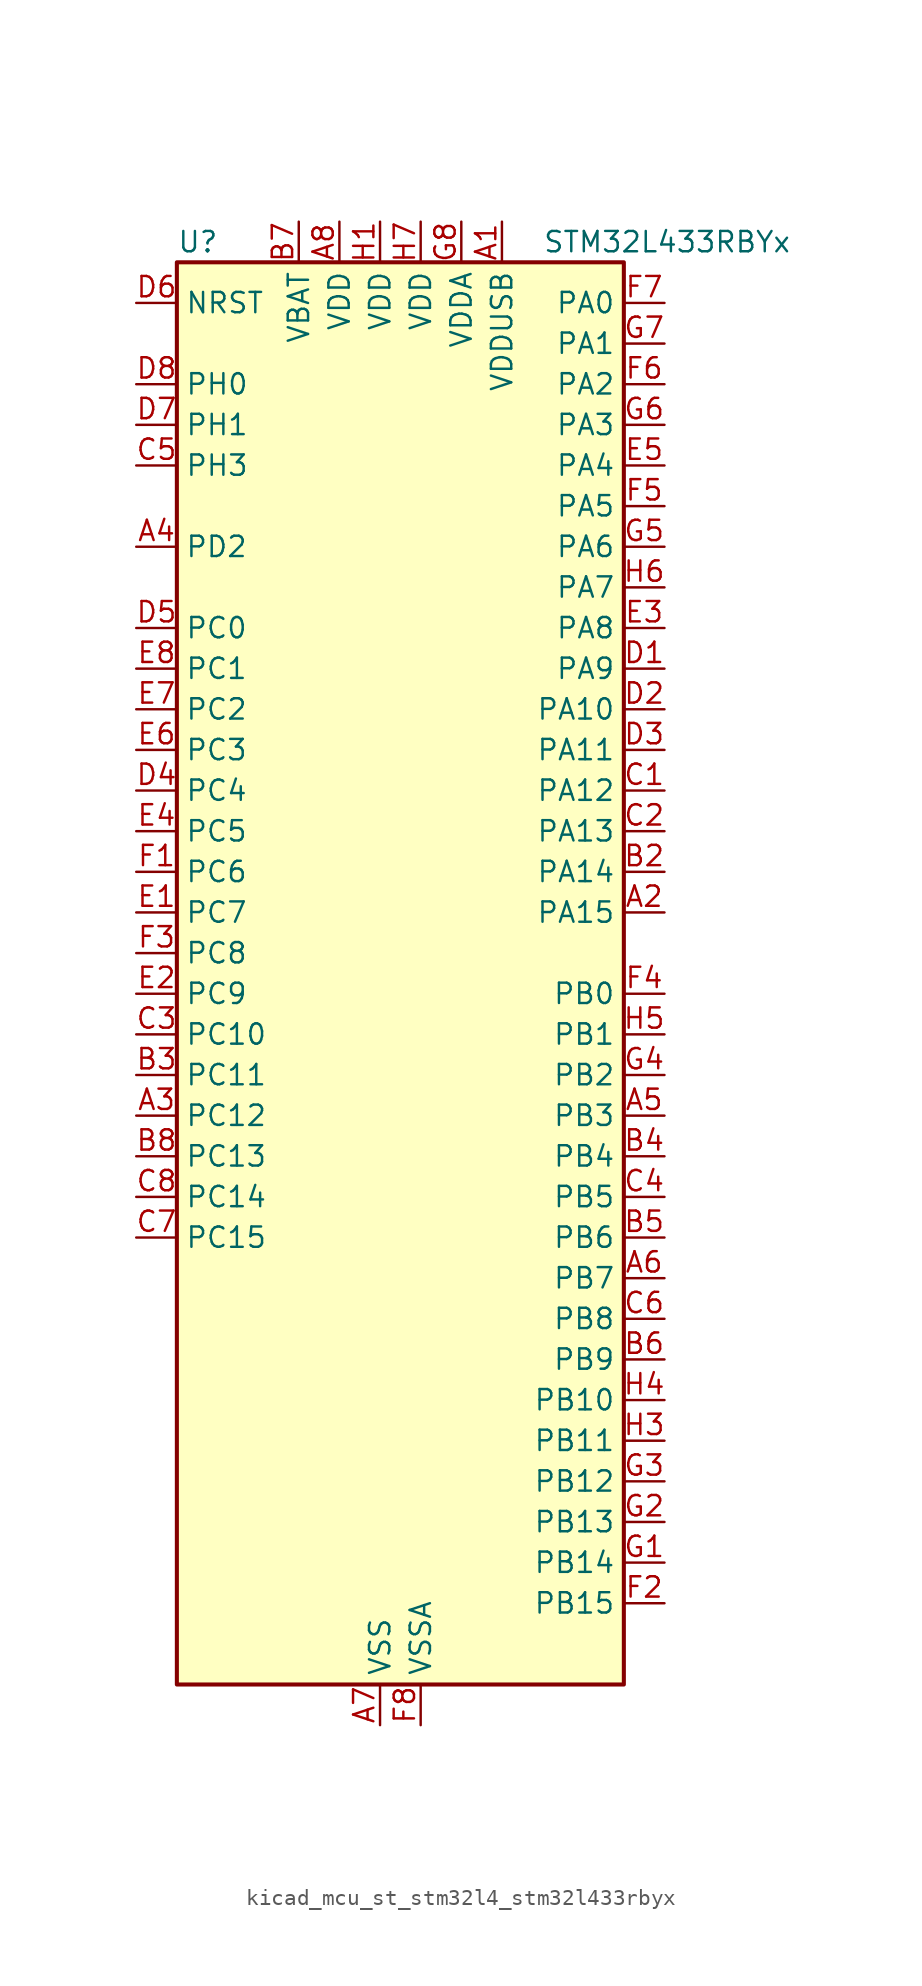
<source format=kicad_sym>
(kicad_symbol_lib
  (version 20220914)
  (generator kicad_symbol_editor)
  (symbol "kicad_mcu_st_stm32l4_stm32l433rbyx"
    (property "Reference" "U"
      (at -12.7 46.99 0)
      (effects (font (size 1.27 1.27)) (justify left)))
    (property "Value" "STM32L433RBYx"
      (at 10.16 46.99 0)
      (effects (font (size 1.27 1.27)) (justify left)))
    (property "ki_locked" ""
      (at 0 0 0)
      (effects (font (size 1.27 1.27))))
    (symbol "kicad_mcu_st_stm32l4_stm32l433rbyx_0_1"
      (rectangle (start -12.7 -43.18) (end 15.24 45.72) (stroke (width 0.254) (type default)) (fill (type background))))
    (symbol "kicad_mcu_st_stm32l4_stm32l433rbyx_1_1"
      (pin power_in line (at 7.62 48.26 270) (length 2.54) (name "VDDUSB" (effects (font (size 1.27 1.27)))) (number "A1" (effects (font (size 1.27 1.27)))))
      (pin bidirectional line (at 17.78 5.08 180) (length 2.54) (name "PA15" (effects (font (size 1.27 1.27)))) (number "A2" (effects (font (size 1.27 1.27)))) (alternate "ADC1_EXTI15" bidirectional line) (alternate "LCD_SEG17" bidirectional line) (alternate "SPI1_NSS" bidirectional line) (alternate "SPI3_NSS" bidirectional line) (alternate "SWPMI1_SUSPEND" bidirectional line) (alternate "SYS_JTDI" bidirectional line) (alternate "TIM2_CH1" bidirectional line) (alternate "TIM2_ETR" bidirectional line) (alternate "TSC_G3_IO1" bidirectional line) (alternate "USART2_RX" bidirectional line) (alternate "USART3_DE" bidirectional line) (alternate "USART3_RTS" bidirectional line))
      (pin bidirectional line (at -15.24 -7.62 0) (length 2.54) (name "PC12" (effects (font (size 1.27 1.27)))) (number "A3" (effects (font (size 1.27 1.27)))) (alternate "LCD_COM6" bidirectional line) (alternate "LCD_SEG30" bidirectional line) (alternate "LCD_SEG42" bidirectional line) (alternate "SDMMC1_CK" bidirectional line) (alternate "SPI3_MOSI" bidirectional line) (alternate "TSC_G3_IO4" bidirectional line) (alternate "USART3_CK" bidirectional line))
      (pin bidirectional line (at -15.24 27.94 0) (length 2.54) (name "PD2" (effects (font (size 1.27 1.27)))) (number "A4" (effects (font (size 1.27 1.27)))) (alternate "LCD_COM7" bidirectional line) (alternate "LCD_SEG31" bidirectional line) (alternate "LCD_SEG43" bidirectional line) (alternate "SDMMC1_CMD" bidirectional line) (alternate "TSC_SYNC" bidirectional line) (alternate "USART3_DE" bidirectional line) (alternate "USART3_RTS" bidirectional line))
      (pin bidirectional line (at 17.78 -7.62 180) (length 2.54) (name "PB3" (effects (font (size 1.27 1.27)))) (number "A5" (effects (font (size 1.27 1.27)))) (alternate "COMP2_INM" bidirectional line) (alternate "LCD_SEG7" bidirectional line) (alternate "SAI1_SCK_B" bidirectional line) (alternate "SPI1_SCK" bidirectional line) (alternate "SPI3_SCK" bidirectional line) (alternate "SYS_JTDO-SWO" bidirectional line) (alternate "TIM2_CH2" bidirectional line) (alternate "USART1_DE" bidirectional line) (alternate "USART1_RTS" bidirectional line))
      (pin bidirectional line (at 17.78 -17.78 180) (length 2.54) (name "PB7" (effects (font (size 1.27 1.27)))) (number "A6" (effects (font (size 1.27 1.27)))) (alternate "COMP2_INM" bidirectional line) (alternate "I2C1_SDA" bidirectional line) (alternate "LCD_SEG21" bidirectional line) (alternate "LPTIM1_IN2" bidirectional line) (alternate "SYS_PVD_IN" bidirectional line) (alternate "TSC_G2_IO4" bidirectional line) (alternate "USART1_RX" bidirectional line))
      (pin power_in line (at 0 -45.72 90) (length 2.54) (name "VSS" (effects (font (size 1.27 1.27)))) (number "A7" (effects (font (size 1.27 1.27)))))
      (pin power_in line (at -2.54 48.26 270) (length 2.54) (name "VDD" (effects (font (size 1.27 1.27)))) (number "A8" (effects (font (size 1.27 1.27)))))
      (pin passive line (at 0 -45.72 90) (length 2.54) hide (name "VSS" (effects (font (size 1.27 1.27)))) (number "B1" (effects (font (size 1.27 1.27)))))
      (pin bidirectional line (at 17.78 7.62 180) (length 2.54) (name "PA14" (effects (font (size 1.27 1.27)))) (number "B2" (effects (font (size 1.27 1.27)))) (alternate "I2C1_SMBA" bidirectional line) (alternate "LPTIM1_OUT" bidirectional line) (alternate "SAI1_FS_B" bidirectional line) (alternate "SWPMI1_RX" bidirectional line) (alternate "SYS_JTCK-SWCLK" bidirectional line))
      (pin bidirectional line (at -15.24 -5.08 0) (length 2.54) (name "PC11" (effects (font (size 1.27 1.27)))) (number "B3" (effects (font (size 1.27 1.27)))) (alternate "ADC1_EXTI11" bidirectional line) (alternate "LCD_COM5" bidirectional line) (alternate "LCD_SEG29" bidirectional line) (alternate "LCD_SEG41" bidirectional line) (alternate "SDMMC1_D3" bidirectional line) (alternate "SPI3_MISO" bidirectional line) (alternate "TSC_G3_IO3" bidirectional line) (alternate "USART3_RX" bidirectional line))
      (pin bidirectional line (at 17.78 -10.16 180) (length 2.54) (name "PB4" (effects (font (size 1.27 1.27)))) (number "B4" (effects (font (size 1.27 1.27)))) (alternate "COMP2_INP" bidirectional line) (alternate "I2C3_SDA" bidirectional line) (alternate "LCD_SEG8" bidirectional line) (alternate "SAI1_MCLK_B" bidirectional line) (alternate "SPI1_MISO" bidirectional line) (alternate "SPI3_MISO" bidirectional line) (alternate "SYS_JTRST" bidirectional line) (alternate "TSC_G2_IO1" bidirectional line) (alternate "USART1_CTS" bidirectional line))
      (pin bidirectional line (at 17.78 -15.24 180) (length 2.54) (name "PB6" (effects (font (size 1.27 1.27)))) (number "B5" (effects (font (size 1.27 1.27)))) (alternate "COMP2_INP" bidirectional line) (alternate "I2C1_SCL" bidirectional line) (alternate "LPTIM1_ETR" bidirectional line) (alternate "SAI1_FS_B" bidirectional line) (alternate "TIM16_CH1N" bidirectional line) (alternate "TSC_G2_IO3" bidirectional line) (alternate "USART1_TX" bidirectional line))
      (pin bidirectional line (at 17.78 -22.86 180) (length 2.54) (name "PB9" (effects (font (size 1.27 1.27)))) (number "B6" (effects (font (size 1.27 1.27)))) (alternate "CAN1_TX" bidirectional line) (alternate "DAC1_EXTI9" bidirectional line) (alternate "I2C1_SDA" bidirectional line) (alternate "IR_OUT" bidirectional line) (alternate "LCD_COM3" bidirectional line) (alternate "SAI1_FS_A" bidirectional line) (alternate "SDMMC1_D5" bidirectional line) (alternate "SPI2_NSS" bidirectional line))
      (pin power_in line (at -5.08 48.26 270) (length 2.54) (name "VBAT" (effects (font (size 1.27 1.27)))) (number "B7" (effects (font (size 1.27 1.27)))))
      (pin bidirectional line (at -15.24 -10.16 0) (length 2.54) (name "PC13" (effects (font (size 1.27 1.27)))) (number "B8" (effects (font (size 1.27 1.27)))) (alternate "RTC_OUT_ALARM" bidirectional line) (alternate "RTC_OUT_CALIB" bidirectional line) (alternate "RTC_TAMP1" bidirectional line) (alternate "RTC_TS" bidirectional line) (alternate "SYS_WKUP2" bidirectional line))
      (pin bidirectional line (at 17.78 12.7 180) (length 2.54) (name "PA12" (effects (font (size 1.27 1.27)))) (number "C1" (effects (font (size 1.27 1.27)))) (alternate "CAN1_TX" bidirectional line) (alternate "SPI1_MOSI" bidirectional line) (alternate "TIM1_ETR" bidirectional line) (alternate "USART1_DE" bidirectional line) (alternate "USART1_RTS" bidirectional line) (alternate "USB_DP" bidirectional line))
      (pin bidirectional line (at 17.78 10.16 180) (length 2.54) (name "PA13" (effects (font (size 1.27 1.27)))) (number "C2" (effects (font (size 1.27 1.27)))) (alternate "IR_OUT" bidirectional line) (alternate "SAI1_SD_B" bidirectional line) (alternate "SWPMI1_TX" bidirectional line) (alternate "SYS_JTMS-SWDIO" bidirectional line) (alternate "USB_NOE" bidirectional line))
      (pin bidirectional line (at -15.24 -2.54 0) (length 2.54) (name "PC10" (effects (font (size 1.27 1.27)))) (number "C3" (effects (font (size 1.27 1.27)))) (alternate "LCD_COM4" bidirectional line) (alternate "LCD_SEG28" bidirectional line) (alternate "LCD_SEG40" bidirectional line) (alternate "SDMMC1_D2" bidirectional line) (alternate "SPI3_SCK" bidirectional line) (alternate "TSC_G3_IO2" bidirectional line) (alternate "USART3_TX" bidirectional line))
      (pin bidirectional line (at 17.78 -12.7 180) (length 2.54) (name "PB5" (effects (font (size 1.27 1.27)))) (number "C4" (effects (font (size 1.27 1.27)))) (alternate "COMP2_OUT" bidirectional line) (alternate "I2C1_SMBA" bidirectional line) (alternate "LCD_SEG9" bidirectional line) (alternate "LPTIM1_IN1" bidirectional line) (alternate "SAI1_SD_B" bidirectional line) (alternate "SPI1_MOSI" bidirectional line) (alternate "SPI3_MOSI" bidirectional line) (alternate "TIM16_BKIN" bidirectional line) (alternate "TSC_G2_IO2" bidirectional line) (alternate "USART1_CK" bidirectional line))
      (pin bidirectional line (at -15.24 33.02 0) (length 2.54) (name "PH3" (effects (font (size 1.27 1.27)))) (number "C5" (effects (font (size 1.27 1.27)))))
      (pin bidirectional line (at 17.78 -20.32 180) (length 2.54) (name "PB8" (effects (font (size 1.27 1.27)))) (number "C6" (effects (font (size 1.27 1.27)))) (alternate "CAN1_RX" bidirectional line) (alternate "I2C1_SCL" bidirectional line) (alternate "LCD_SEG16" bidirectional line) (alternate "SAI1_MCLK_A" bidirectional line) (alternate "SDMMC1_D4" bidirectional line) (alternate "TIM16_CH1" bidirectional line))
      (pin bidirectional line (at -15.24 -15.24 0) (length 2.54) (name "PC15" (effects (font (size 1.27 1.27)))) (number "C7" (effects (font (size 1.27 1.27)))) (alternate "ADC1_EXTI15" bidirectional line) (alternate "RCC_OSC32_OUT" bidirectional line))
      (pin bidirectional line (at -15.24 -12.7 0) (length 2.54) (name "PC14" (effects (font (size 1.27 1.27)))) (number "C8" (effects (font (size 1.27 1.27)))) (alternate "RCC_OSC32_IN" bidirectional line))
      (pin bidirectional line (at 17.78 20.32 180) (length 2.54) (name "PA9" (effects (font (size 1.27 1.27)))) (number "D1" (effects (font (size 1.27 1.27)))) (alternate "DAC1_EXTI9" bidirectional line) (alternate "I2C1_SCL" bidirectional line) (alternate "LCD_COM1" bidirectional line) (alternate "SAI1_FS_A" bidirectional line) (alternate "TIM15_BKIN" bidirectional line) (alternate "TIM1_CH2" bidirectional line) (alternate "USART1_TX" bidirectional line))
      (pin bidirectional line (at 17.78 17.78 180) (length 2.54) (name "PA10" (effects (font (size 1.27 1.27)))) (number "D2" (effects (font (size 1.27 1.27)))) (alternate "CRS_SYNC" bidirectional line) (alternate "I2C1_SDA" bidirectional line) (alternate "LCD_COM2" bidirectional line) (alternate "SAI1_SD_A" bidirectional line) (alternate "TIM1_CH3" bidirectional line) (alternate "USART1_RX" bidirectional line))
      (pin bidirectional line (at 17.78 15.24 180) (length 2.54) (name "PA11" (effects (font (size 1.27 1.27)))) (number "D3" (effects (font (size 1.27 1.27)))) (alternate "ADC1_EXTI11" bidirectional line) (alternate "CAN1_RX" bidirectional line) (alternate "COMP1_OUT" bidirectional line) (alternate "SPI1_MISO" bidirectional line) (alternate "TIM1_BKIN2" bidirectional line) (alternate "TIM1_BKIN2_COMP1" bidirectional line) (alternate "TIM1_CH4" bidirectional line) (alternate "USART1_CTS" bidirectional line) (alternate "USB_DM" bidirectional line))
      (pin bidirectional line (at -15.24 12.7 0) (length 2.54) (name "PC4" (effects (font (size 1.27 1.27)))) (number "D4" (effects (font (size 1.27 1.27)))) (alternate "ADC1_IN13" bidirectional line) (alternate "COMP1_INM" bidirectional line) (alternate "LCD_SEG22" bidirectional line) (alternate "USART3_TX" bidirectional line))
      (pin bidirectional line (at -15.24 22.86 0) (length 2.54) (name "PC0" (effects (font (size 1.27 1.27)))) (number "D5" (effects (font (size 1.27 1.27)))) (alternate "ADC1_IN1" bidirectional line) (alternate "I2C3_SCL" bidirectional line) (alternate "LCD_SEG18" bidirectional line) (alternate "LPTIM1_IN1" bidirectional line) (alternate "LPTIM2_IN1" bidirectional line) (alternate "LPUART1_RX" bidirectional line))
      (pin input line (at -15.24 43.18 0) (length 2.54) (name "NRST" (effects (font (size 1.27 1.27)))) (number "D6" (effects (font (size 1.27 1.27)))))
      (pin bidirectional line (at -15.24 35.56 0) (length 2.54) (name "PH1" (effects (font (size 1.27 1.27)))) (number "D7" (effects (font (size 1.27 1.27)))) (alternate "RCC_OSC_OUT" bidirectional line))
      (pin bidirectional line (at -15.24 38.1 0) (length 2.54) (name "PH0" (effects (font (size 1.27 1.27)))) (number "D8" (effects (font (size 1.27 1.27)))) (alternate "RCC_OSC_IN" bidirectional line))
      (pin bidirectional line (at -15.24 5.08 0) (length 2.54) (name "PC7" (effects (font (size 1.27 1.27)))) (number "E1" (effects (font (size 1.27 1.27)))) (alternate "LCD_SEG25" bidirectional line) (alternate "SDMMC1_D7" bidirectional line) (alternate "TSC_G4_IO2" bidirectional line))
      (pin bidirectional line (at -15.24 0 0) (length 2.54) (name "PC9" (effects (font (size 1.27 1.27)))) (number "E2" (effects (font (size 1.27 1.27)))) (alternate "DAC1_EXTI9" bidirectional line) (alternate "LCD_SEG27" bidirectional line) (alternate "SDMMC1_D1" bidirectional line) (alternate "TSC_G4_IO4" bidirectional line) (alternate "USB_NOE" bidirectional line))
      (pin bidirectional line (at 17.78 22.86 180) (length 2.54) (name "PA8" (effects (font (size 1.27 1.27)))) (number "E3" (effects (font (size 1.27 1.27)))) (alternate "LCD_COM0" bidirectional line) (alternate "LPTIM2_OUT" bidirectional line) (alternate "RCC_MCO" bidirectional line) (alternate "SAI1_SCK_A" bidirectional line) (alternate "SWPMI1_IO" bidirectional line) (alternate "TIM1_CH1" bidirectional line) (alternate "USART1_CK" bidirectional line))
      (pin bidirectional line (at -15.24 10.16 0) (length 2.54) (name "PC5" (effects (font (size 1.27 1.27)))) (number "E4" (effects (font (size 1.27 1.27)))) (alternate "ADC1_IN14" bidirectional line) (alternate "COMP1_INP" bidirectional line) (alternate "LCD_SEG23" bidirectional line) (alternate "SYS_WKUP5" bidirectional line) (alternate "USART3_RX" bidirectional line))
      (pin bidirectional line (at 17.78 33.02 180) (length 2.54) (name "PA4" (effects (font (size 1.27 1.27)))) (number "E5" (effects (font (size 1.27 1.27)))) (alternate "ADC1_IN9" bidirectional line) (alternate "COMP1_INM" bidirectional line) (alternate "COMP2_INM" bidirectional line) (alternate "DAC1_OUT1" bidirectional line) (alternate "LPTIM2_OUT" bidirectional line) (alternate "SAI1_FS_B" bidirectional line) (alternate "SPI1_NSS" bidirectional line) (alternate "SPI3_NSS" bidirectional line) (alternate "USART2_CK" bidirectional line))
      (pin bidirectional line (at -15.24 15.24 0) (length 2.54) (name "PC3" (effects (font (size 1.27 1.27)))) (number "E6" (effects (font (size 1.27 1.27)))) (alternate "ADC1_IN4" bidirectional line) (alternate "LCD_VLCD" bidirectional line) (alternate "LPTIM1_ETR" bidirectional line) (alternate "LPTIM2_ETR" bidirectional line) (alternate "SAI1_SD_A" bidirectional line) (alternate "SPI2_MOSI" bidirectional line))
      (pin bidirectional line (at -15.24 17.78 0) (length 2.54) (name "PC2" (effects (font (size 1.27 1.27)))) (number "E7" (effects (font (size 1.27 1.27)))) (alternate "ADC1_IN3" bidirectional line) (alternate "LCD_SEG20" bidirectional line) (alternate "LPTIM1_IN2" bidirectional line) (alternate "SPI2_MISO" bidirectional line))
      (pin bidirectional line (at -15.24 20.32 0) (length 2.54) (name "PC1" (effects (font (size 1.27 1.27)))) (number "E8" (effects (font (size 1.27 1.27)))) (alternate "ADC1_IN2" bidirectional line) (alternate "I2C3_SDA" bidirectional line) (alternate "LCD_SEG19" bidirectional line) (alternate "LPTIM1_OUT" bidirectional line) (alternate "LPUART1_TX" bidirectional line))
      (pin bidirectional line (at -15.24 7.62 0) (length 2.54) (name "PC6" (effects (font (size 1.27 1.27)))) (number "F1" (effects (font (size 1.27 1.27)))) (alternate "LCD_SEG24" bidirectional line) (alternate "SDMMC1_D6" bidirectional line) (alternate "TSC_G4_IO1" bidirectional line))
      (pin bidirectional line (at 17.78 -38.1 180) (length 2.54) (name "PB15" (effects (font (size 1.27 1.27)))) (number "F2" (effects (font (size 1.27 1.27)))) (alternate "ADC1_EXTI15" bidirectional line) (alternate "LCD_SEG15" bidirectional line) (alternate "RTC_REFIN" bidirectional line) (alternate "SAI1_SD_A" bidirectional line) (alternate "SPI2_MOSI" bidirectional line) (alternate "SWPMI1_SUSPEND" bidirectional line) (alternate "TIM15_CH2" bidirectional line) (alternate "TIM1_CH3N" bidirectional line) (alternate "TSC_G1_IO4" bidirectional line))
      (pin bidirectional line (at -15.24 2.54 0) (length 2.54) (name "PC8" (effects (font (size 1.27 1.27)))) (number "F3" (effects (font (size 1.27 1.27)))) (alternate "LCD_SEG26" bidirectional line) (alternate "SDMMC1_D0" bidirectional line) (alternate "TSC_G4_IO3" bidirectional line))
      (pin bidirectional line (at 17.78 0 180) (length 2.54) (name "PB0" (effects (font (size 1.27 1.27)))) (number "F4" (effects (font (size 1.27 1.27)))) (alternate "ADC1_IN15" bidirectional line) (alternate "COMP1_OUT" bidirectional line) (alternate "LCD_SEG5" bidirectional line) (alternate "QUADSPI_BK1_IO1" bidirectional line) (alternate "SAI1_EXTCLK" bidirectional line) (alternate "SPI1_NSS" bidirectional line) (alternate "TIM1_CH2N" bidirectional line) (alternate "USART3_CK" bidirectional line))
      (pin bidirectional line (at 17.78 30.48 180) (length 2.54) (name "PA5" (effects (font (size 1.27 1.27)))) (number "F5" (effects (font (size 1.27 1.27)))) (alternate "ADC1_IN10" bidirectional line) (alternate "COMP1_INM" bidirectional line) (alternate "COMP2_INM" bidirectional line) (alternate "DAC1_OUT2" bidirectional line) (alternate "LPTIM2_ETR" bidirectional line) (alternate "SPI1_SCK" bidirectional line) (alternate "TIM2_CH1" bidirectional line) (alternate "TIM2_ETR" bidirectional line))
      (pin bidirectional line (at 17.78 38.1 180) (length 2.54) (name "PA2" (effects (font (size 1.27 1.27)))) (number "F6" (effects (font (size 1.27 1.27)))) (alternate "ADC1_IN7" bidirectional line) (alternate "COMP2_INM" bidirectional line) (alternate "COMP2_OUT" bidirectional line) (alternate "LCD_SEG1" bidirectional line) (alternate "LPUART1_TX" bidirectional line) (alternate "QUADSPI_BK1_NCS" bidirectional line) (alternate "RCC_LSCO" bidirectional line) (alternate "SYS_WKUP4" bidirectional line) (alternate "TIM15_CH1" bidirectional line) (alternate "TIM2_CH3" bidirectional line) (alternate "USART2_TX" bidirectional line))
      (pin bidirectional line (at 17.78 43.18 180) (length 2.54) (name "PA0" (effects (font (size 1.27 1.27)))) (number "F7" (effects (font (size 1.27 1.27)))) (alternate "ADC1_IN5" bidirectional line) (alternate "COMP1_INM" bidirectional line) (alternate "COMP1_OUT" bidirectional line) (alternate "OPAMP1_VINP" bidirectional line) (alternate "RTC_TAMP2" bidirectional line) (alternate "SAI1_EXTCLK" bidirectional line) (alternate "SYS_WKUP1" bidirectional line) (alternate "TIM2_CH1" bidirectional line) (alternate "TIM2_ETR" bidirectional line) (alternate "USART2_CTS" bidirectional line))
      (pin power_in line (at 2.54 -45.72 90) (length 2.54) (name "VSSA" (effects (font (size 1.27 1.27)))) (number "F8" (effects (font (size 1.27 1.27)))))
      (pin bidirectional line (at 17.78 -35.56 180) (length 2.54) (name "PB14" (effects (font (size 1.27 1.27)))) (number "G1" (effects (font (size 1.27 1.27)))) (alternate "I2C2_SDA" bidirectional line) (alternate "LCD_SEG14" bidirectional line) (alternate "SAI1_MCLK_A" bidirectional line) (alternate "SPI2_MISO" bidirectional line) (alternate "SWPMI1_RX" bidirectional line) (alternate "TIM15_CH1" bidirectional line) (alternate "TIM1_CH2N" bidirectional line) (alternate "TSC_G1_IO3" bidirectional line) (alternate "USART3_DE" bidirectional line) (alternate "USART3_RTS" bidirectional line))
      (pin bidirectional line (at 17.78 -33.02 180) (length 2.54) (name "PB13" (effects (font (size 1.27 1.27)))) (number "G2" (effects (font (size 1.27 1.27)))) (alternate "I2C2_SCL" bidirectional line) (alternate "LCD_SEG13" bidirectional line) (alternate "LPUART1_CTS" bidirectional line) (alternate "SAI1_SCK_A" bidirectional line) (alternate "SPI2_SCK" bidirectional line) (alternate "SWPMI1_TX" bidirectional line) (alternate "TIM15_CH1N" bidirectional line) (alternate "TIM1_CH1N" bidirectional line) (alternate "TSC_G1_IO2" bidirectional line) (alternate "USART3_CTS" bidirectional line))
      (pin bidirectional line (at 17.78 -30.48 180) (length 2.54) (name "PB12" (effects (font (size 1.27 1.27)))) (number "G3" (effects (font (size 1.27 1.27)))) (alternate "I2C2_SMBA" bidirectional line) (alternate "LCD_SEG12" bidirectional line) (alternate "LPUART1_DE" bidirectional line) (alternate "LPUART1_RTS" bidirectional line) (alternate "SAI1_FS_A" bidirectional line) (alternate "SPI2_NSS" bidirectional line) (alternate "SWPMI1_IO" bidirectional line) (alternate "TIM15_BKIN" bidirectional line) (alternate "TIM1_BKIN" bidirectional line) (alternate "TIM1_BKIN_COMP2" bidirectional line) (alternate "TSC_G1_IO1" bidirectional line) (alternate "USART3_CK" bidirectional line))
      (pin bidirectional line (at 17.78 -5.08 180) (length 2.54) (name "PB2" (effects (font (size 1.27 1.27)))) (number "G4" (effects (font (size 1.27 1.27)))) (alternate "COMP1_INP" bidirectional line) (alternate "I2C3_SMBA" bidirectional line) (alternate "LCD_VLCD" bidirectional line) (alternate "LPTIM1_OUT" bidirectional line) (alternate "RTC_OUT_ALARM" bidirectional line) (alternate "RTC_OUT_CALIB" bidirectional line))
      (pin bidirectional line (at 17.78 27.94 180) (length 2.54) (name "PA6" (effects (font (size 1.27 1.27)))) (number "G5" (effects (font (size 1.27 1.27)))) (alternate "ADC1_IN11" bidirectional line) (alternate "COMP1_OUT" bidirectional line) (alternate "LCD_SEG3" bidirectional line) (alternate "LPUART1_CTS" bidirectional line) (alternate "QUADSPI_BK1_IO3" bidirectional line) (alternate "SPI1_MISO" bidirectional line) (alternate "TIM16_CH1" bidirectional line) (alternate "TIM1_BKIN" bidirectional line) (alternate "TIM1_BKIN_COMP2" bidirectional line) (alternate "USART3_CTS" bidirectional line))
      (pin bidirectional line (at 17.78 35.56 180) (length 2.54) (name "PA3" (effects (font (size 1.27 1.27)))) (number "G6" (effects (font (size 1.27 1.27)))) (alternate "ADC1_IN8" bidirectional line) (alternate "COMP2_INP" bidirectional line) (alternate "LCD_SEG2" bidirectional line) (alternate "LPUART1_RX" bidirectional line) (alternate "OPAMP1_VOUT" bidirectional line) (alternate "QUADSPI_CLK" bidirectional line) (alternate "SAI1_MCLK_A" bidirectional line) (alternate "TIM15_CH2" bidirectional line) (alternate "TIM2_CH4" bidirectional line) (alternate "USART2_RX" bidirectional line))
      (pin bidirectional line (at 17.78 40.64 180) (length 2.54) (name "PA1" (effects (font (size 1.27 1.27)))) (number "G7" (effects (font (size 1.27 1.27)))) (alternate "ADC1_IN6" bidirectional line) (alternate "COMP1_INP" bidirectional line) (alternate "I2C1_SMBA" bidirectional line) (alternate "LCD_SEG0" bidirectional line) (alternate "OPAMP1_VINM" bidirectional line) (alternate "SPI1_SCK" bidirectional line) (alternate "TIM15_CH1N" bidirectional line) (alternate "TIM2_CH2" bidirectional line) (alternate "USART2_DE" bidirectional line) (alternate "USART2_RTS" bidirectional line))
      (pin power_in line (at 5.08 48.26 270) (length 2.54) (name "VDDA" (effects (font (size 1.27 1.27)))) (number "G8" (effects (font (size 1.27 1.27)))))
      (pin power_in line (at 0 48.26 270) (length 2.54) (name "VDD" (effects (font (size 1.27 1.27)))) (number "H1" (effects (font (size 1.27 1.27)))))
      (pin passive line (at 0 -45.72 90) (length 2.54) hide (name "VSS" (effects (font (size 1.27 1.27)))) (number "H2" (effects (font (size 1.27 1.27)))))
      (pin bidirectional line (at 17.78 -27.94 180) (length 2.54) (name "PB11" (effects (font (size 1.27 1.27)))) (number "H3" (effects (font (size 1.27 1.27)))) (alternate "ADC1_EXTI11" bidirectional line) (alternate "COMP2_OUT" bidirectional line) (alternate "I2C2_SDA" bidirectional line) (alternate "LCD_SEG11" bidirectional line) (alternate "LPUART1_TX" bidirectional line) (alternate "QUADSPI_BK1_NCS" bidirectional line) (alternate "TIM2_CH4" bidirectional line) (alternate "USART3_RX" bidirectional line))
      (pin bidirectional line (at 17.78 -25.4 180) (length 2.54) (name "PB10" (effects (font (size 1.27 1.27)))) (number "H4" (effects (font (size 1.27 1.27)))) (alternate "COMP1_OUT" bidirectional line) (alternate "I2C2_SCL" bidirectional line) (alternate "LCD_SEG10" bidirectional line) (alternate "LPUART1_RX" bidirectional line) (alternate "QUADSPI_CLK" bidirectional line) (alternate "SAI1_SCK_A" bidirectional line) (alternate "SPI2_SCK" bidirectional line) (alternate "TIM2_CH3" bidirectional line) (alternate "TSC_SYNC" bidirectional line) (alternate "USART3_TX" bidirectional line))
      (pin bidirectional line (at 17.78 -2.54 180) (length 2.54) (name "PB1" (effects (font (size 1.27 1.27)))) (number "H5" (effects (font (size 1.27 1.27)))) (alternate "ADC1_IN16" bidirectional line) (alternate "COMP1_INM" bidirectional line) (alternate "LCD_SEG6" bidirectional line) (alternate "LPTIM2_IN1" bidirectional line) (alternate "LPUART1_DE" bidirectional line) (alternate "LPUART1_RTS" bidirectional line) (alternate "QUADSPI_BK1_IO0" bidirectional line) (alternate "TIM1_CH3N" bidirectional line) (alternate "USART3_DE" bidirectional line) (alternate "USART3_RTS" bidirectional line))
      (pin bidirectional line (at 17.78 25.4 180) (length 2.54) (name "PA7" (effects (font (size 1.27 1.27)))) (number "H6" (effects (font (size 1.27 1.27)))) (alternate "ADC1_IN12" bidirectional line) (alternate "COMP2_OUT" bidirectional line) (alternate "I2C3_SCL" bidirectional line) (alternate "LCD_SEG4" bidirectional line) (alternate "QUADSPI_BK1_IO2" bidirectional line) (alternate "SPI1_MOSI" bidirectional line) (alternate "TIM1_CH1N" bidirectional line))
      (pin power_in line (at 2.54 48.26 270) (length 2.54) (name "VDD" (effects (font (size 1.27 1.27)))) (number "H7" (effects (font (size 1.27 1.27)))))
      (pin passive line (at 0 -45.72 90) (length 2.54) hide (name "VSS" (effects (font (size 1.27 1.27)))) (number "H8" (effects (font (size 1.27 1.27))))))))
</source>
